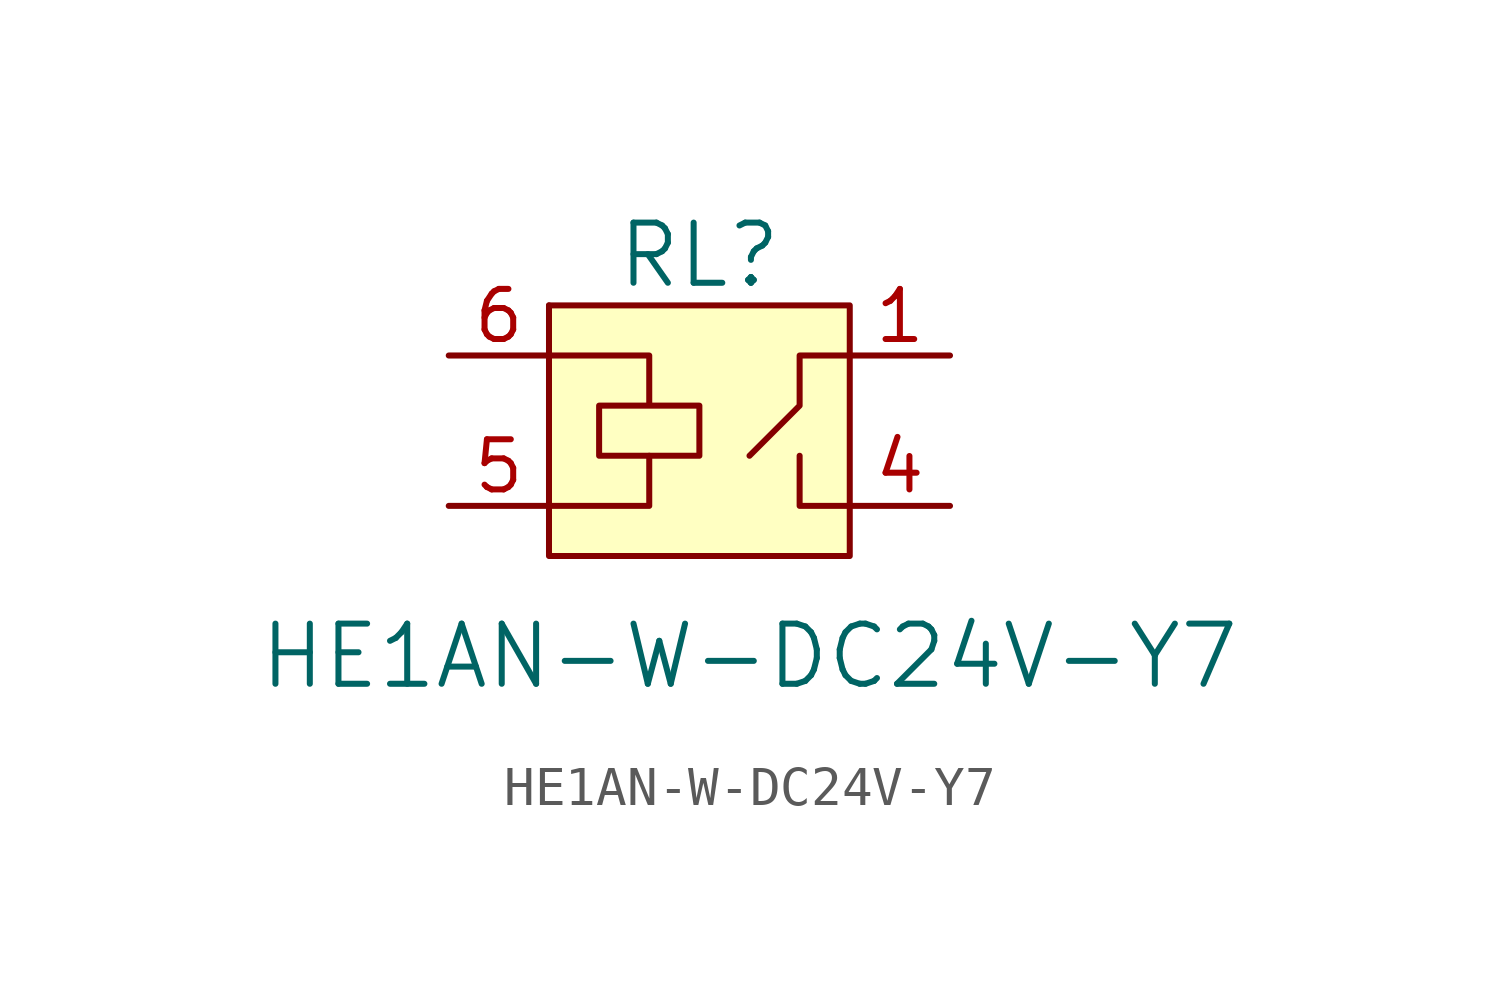
<source format=kicad_sym>
(kicad_symbol_lib
  (version 20220914)
  (generator kicad_symbol_editor)
  (symbol "HE1AN-W-DC24V-Y7"
    (pin_names
      (offset 1.016))
    (property "Reference" "RL"
      (at 0 9.525 0)
      (effects (font (size 1.524 1.524))))
    (property "Value" "HE1AN-W-DC24V-Y7"
      (at 1.27 -0.635 0)
      (effects (font (size 1.524 1.524))))
    (symbol "HE1AN-W-DC24V-Y7_0_1"
      (rectangle (start -3.81 8.255) (end -3.81 8.255) (stroke (width 0) (type default)) (fill (type none)))
      (rectangle (start -3.81 8.255) (end 3.81 1.905) (stroke (width 0) (type default)) (fill (type background)))
      (polyline (pts (xy -1.27 4.445) (xy -1.27 3.175) (xy -3.81 3.175)) (stroke (width 0) (type default)) (fill (type none)))
      (polyline (pts (xy 2.54 4.445) (xy 2.54 3.175) (xy 3.81 3.175)) (stroke (width 0) (type default)) (fill (type none)))
      (polyline (pts (xy 3.81 6.985) (xy 2.54 6.985) (xy 2.54 5.715) (xy 1.27 4.445)) (stroke (width 0) (type default)) (fill (type none)))
      (polyline (pts (xy -3.81 6.985) (xy -1.27 6.985) (xy -1.27 5.715) (xy -2.54 5.715) (xy -2.54 4.445) (xy 0 4.445) (xy 0 5.715) (xy -1.27 5.715)) (stroke (width 0) (type default)) (fill (type none))))
    (symbol "HE1AN-W-DC24V-Y7_1_1"
      (pin passive line (at 6.35 6.985 180) (length 2.54) (name "~" (effects (font (size 1.27 1.27)))) (number "1" (effects (font (size 1.27 1.27)))))
      (pin passive line (at 6.35 3.175 180) (length 2.54) (name "~" (effects (font (size 1.27 1.27)))) (number "4" (effects (font (size 1.27 1.27)))))
      (pin passive line (at -6.35 3.175 0) (length 2.54) (name "" (effects (font (size 1.27 1.27)))) (number "5" (effects (font (size 1.27 1.27)))))
      (pin passive line (at -6.35 6.985 0) (length 2.54) (name "~" (effects (font (size 1.27 1.27)))) (number "6" (effects (font (size 1.27 1.27))))))))
</source>
